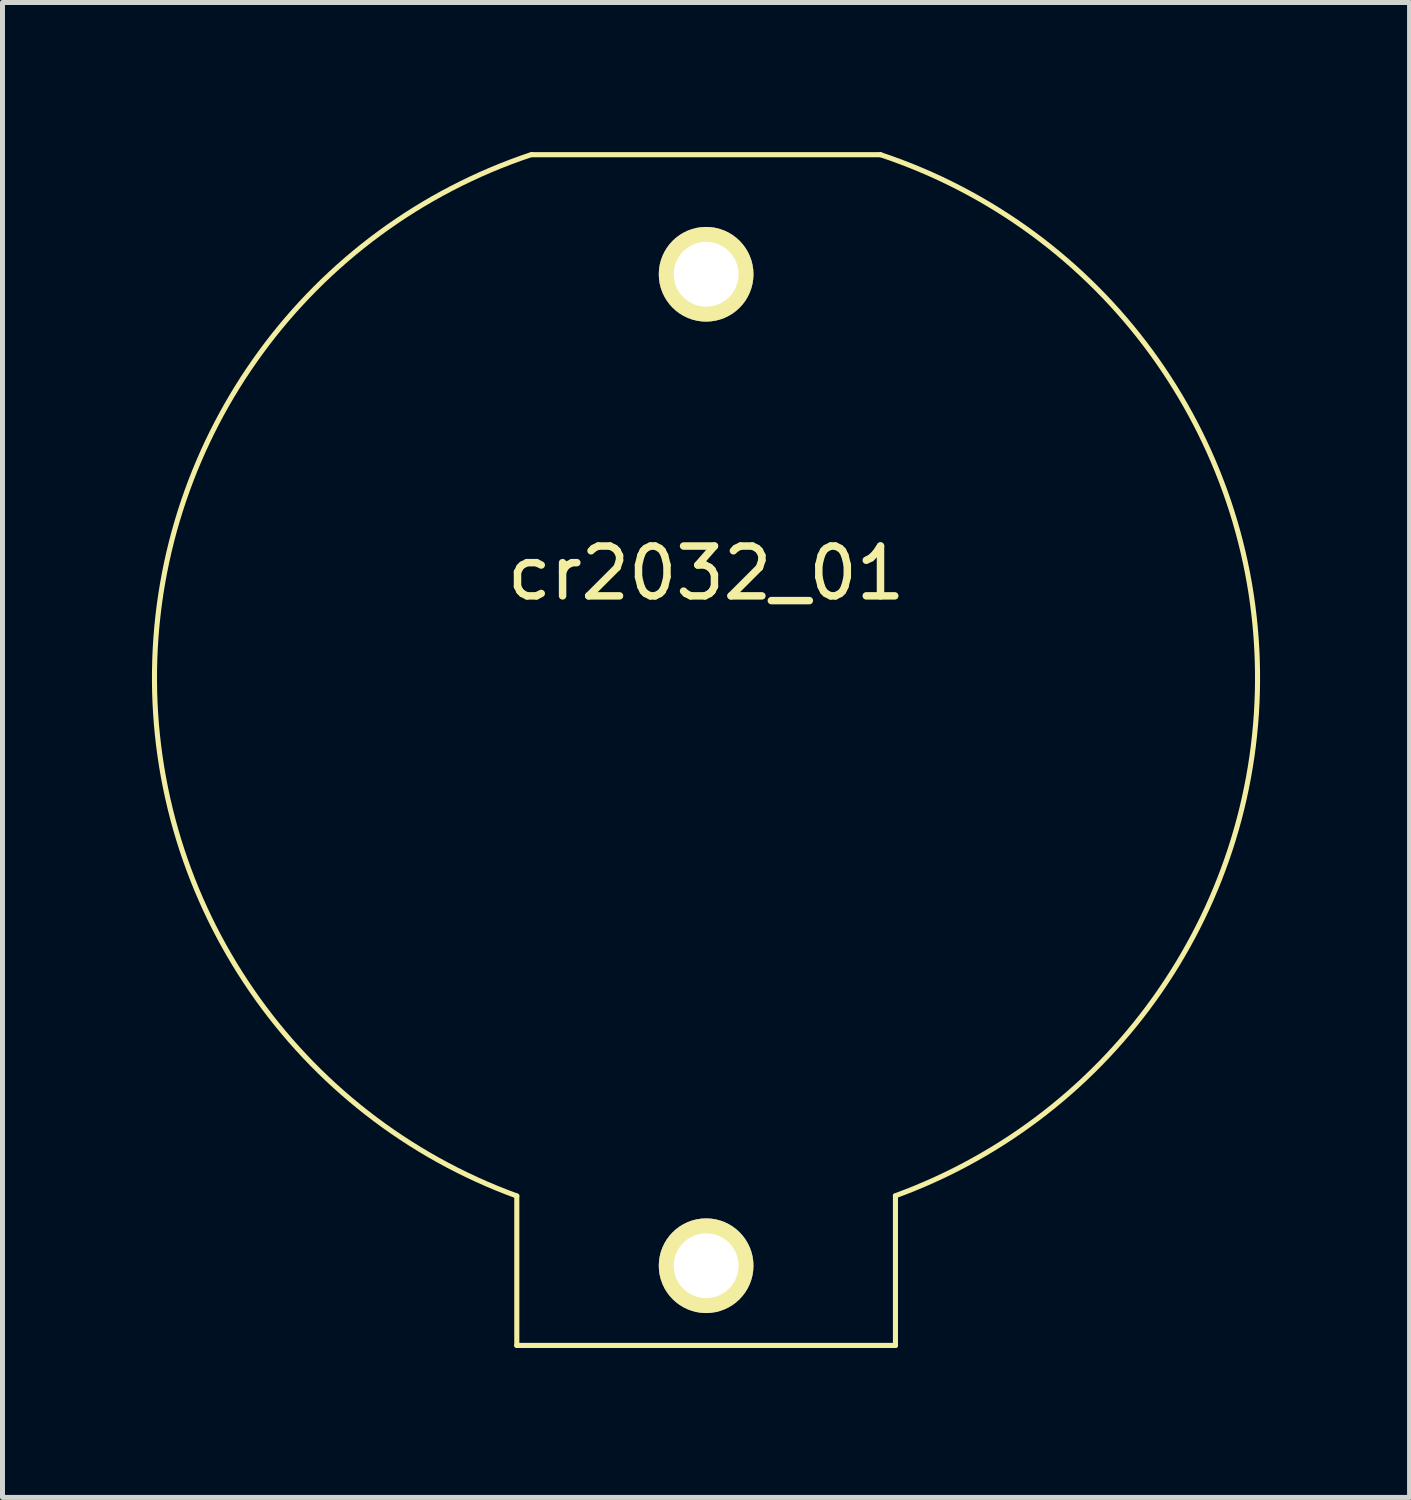
<source format=kicad_pcb>
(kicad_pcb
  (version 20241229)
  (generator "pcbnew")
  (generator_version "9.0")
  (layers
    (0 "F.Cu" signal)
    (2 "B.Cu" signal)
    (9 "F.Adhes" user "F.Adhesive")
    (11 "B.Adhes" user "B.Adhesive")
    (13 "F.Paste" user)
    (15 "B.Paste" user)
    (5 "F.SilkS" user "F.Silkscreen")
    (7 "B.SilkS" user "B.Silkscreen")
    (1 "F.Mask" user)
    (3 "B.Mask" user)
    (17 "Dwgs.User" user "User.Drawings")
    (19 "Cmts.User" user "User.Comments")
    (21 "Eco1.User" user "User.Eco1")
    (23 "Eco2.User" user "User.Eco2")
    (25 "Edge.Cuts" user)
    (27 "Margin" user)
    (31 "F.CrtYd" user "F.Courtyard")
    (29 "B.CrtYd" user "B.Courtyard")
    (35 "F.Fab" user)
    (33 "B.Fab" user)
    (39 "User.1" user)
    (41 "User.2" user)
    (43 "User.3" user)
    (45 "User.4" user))
  (footprint "cr2032_01"
    (layer "F.Cu")
    (at 11.123 10.555)
    (property "Reference" "cr2032_01" (at 0 -2.1 0) (layer "F.SilkS") (effects (font (size 1 1) (thickness 0.15))))
    (attr through_hole)
    (fp_line (start -3.8 10.4) (end -3.8 13.4) (stroke (width 0.102) (type solid)) (layer "F.SilkS"))
    (fp_line (start -3.8 13.4) (end 3.8 13.4) (stroke (width 0.102) (type solid)) (layer "F.SilkS"))
    (fp_line (start -3.5 -10.5) (end 3.5 -10.5) (stroke (width 0.102) (type solid)) (layer "F.SilkS"))
    (fp_line (start 3.8 13.4) (end 3.8 10.4) (stroke (width 0.102) (type solid)) (layer "F.SilkS"))
    (fp_arc (start -3.8 10.4) (mid -11.071359 -0.158129) (end -3.50143 -10.504284) (stroke (width 0.1016) (type solid)) (layer "F.SilkS"))
    (fp_arc (start 3.5 -10.5) (mid 11.066843 -0.158065) (end 3.79845 10.395758) (stroke (width 0.1016) (type solid)) (layer "F.SilkS"))
    (pad "1" thru_hole circle (at 0 -8.1) (size 1.9 1.9) (drill 1.3) (layers "*.Cu" "*.Mask" "F.SilkS"))
    (pad "2" thru_hole circle (at 0 11.8) (size 1.9 1.9) (drill 1.3) (layers "*.Cu" "*.Mask" "F.SilkS")))
  (gr_rect
    (start -3 -3)
    (end 25.242 27.006)
    (stroke (width 0.1) (type default))
    (fill no)
    (layer "Edge.Cuts")))
</source>
